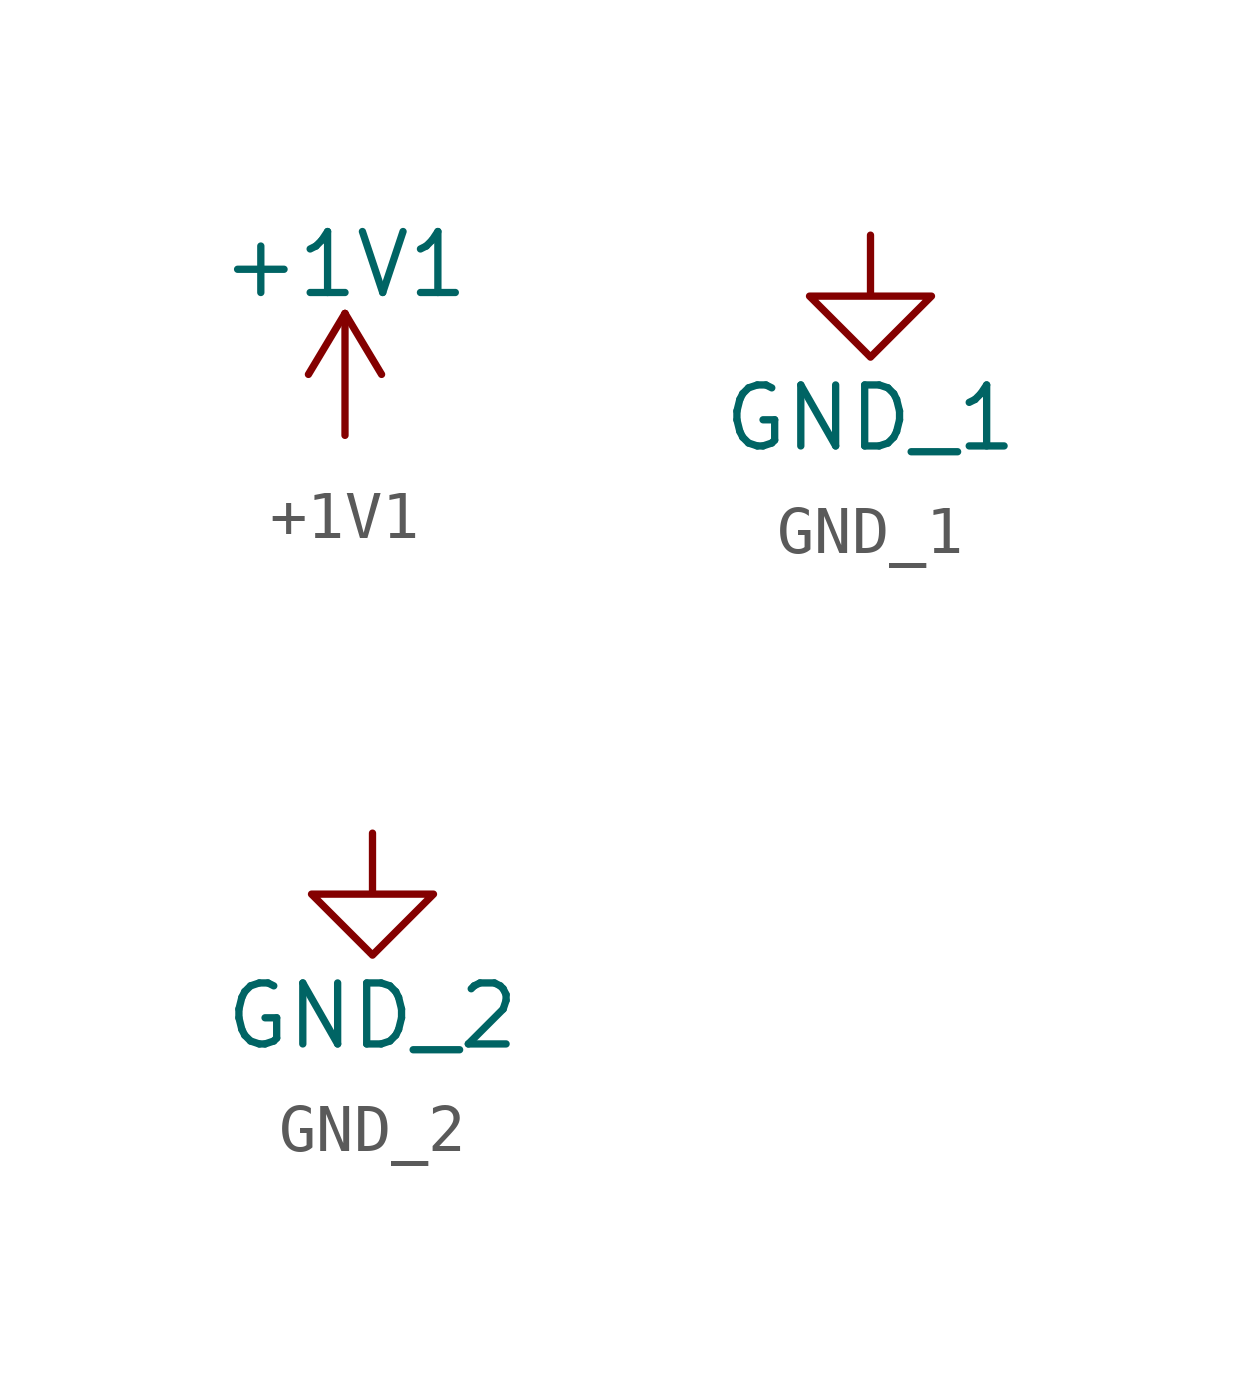
<source format=kicad_sym>
(kicad_symbol_lib
  (version 20231120)
  (generator "kicad_symbol_editor")
  (generator_version "8.0")
  (symbol "+1V1"
    (power)
    (pin_names
      (offset 0))
    (property "Reference" "#PWR"
      (at 0 -3.81 0)
      (effects (font (size 1.27 1.27)) (hide yes)))
    (property "Value" "+1V1"
      (at 0 3.556 0)
      (effects (font (size 1.27 1.27))))
    (symbol "+1V1_0_1"
      (polyline (pts (xy -0.762 1.27) (xy 0 2.54)) (stroke (width 0) (type default)) (fill (type none)))
      (polyline (pts (xy 0 0) (xy 0 2.54)) (stroke (width 0) (type default)) (fill (type none)))
      (polyline (pts (xy 0 2.54) (xy 0.762 1.27)) (stroke (width 0) (type default)) (fill (type none))))
    (symbol "+1V1_1_1"
      (pin power_in line (at 0 0 90) (length 0) hide (name "+1V1" (effects (font (size 1.27 1.27)))) (number "1" (effects (font (size 1.27 1.27)))))))
  (symbol "GND_1"
    (power)
    (pin_names
      (offset 0))
    (property "Reference" "#PWR"
      (at 0 -6.35 0)
      (effects (font (size 1.27 1.27)) (hide yes)))
    (property "Value" "GND_1"
      (at 0 -3.81 0)
      (effects (font (size 1.27 1.27))))
    (symbol "GND_1_0_1"
      (polyline (pts (xy 0 0) (xy 0 -1.27) (xy 1.27 -1.27) (xy 0 -2.54) (xy -1.27 -1.27) (xy 0 -1.27)) (stroke (width 0) (type default)) (fill (type none))))
    (symbol "GND_1_1_1"
      (pin power_in line (at 0 0 270) (length 0) hide (name "GND" (effects (font (size 1.27 1.27)))) (number "1" (effects (font (size 1.27 1.27)))))))
  (symbol "GND_2"
    (power)
    (pin_names
      (offset 0))
    (property "Reference" "#PWR"
      (at 0 -6.35 0)
      (effects (font (size 1.27 1.27)) (hide yes)))
    (property "Value" "GND_2"
      (at 0 -3.81 0)
      (effects (font (size 1.27 1.27))))
    (symbol "GND_2_0_1"
      (polyline (pts (xy 0 0) (xy 0 -1.27) (xy 1.27 -1.27) (xy 0 -2.54) (xy -1.27 -1.27) (xy 0 -1.27)) (stroke (width 0) (type default)) (fill (type none))))
    (symbol "GND_2_1_1"
      (pin power_in line (at 0 0 270) (length 0) hide (name "GND" (effects (font (size 1.27 1.27)))) (number "1" (effects (font (size 1.27 1.27))))))))
</source>
